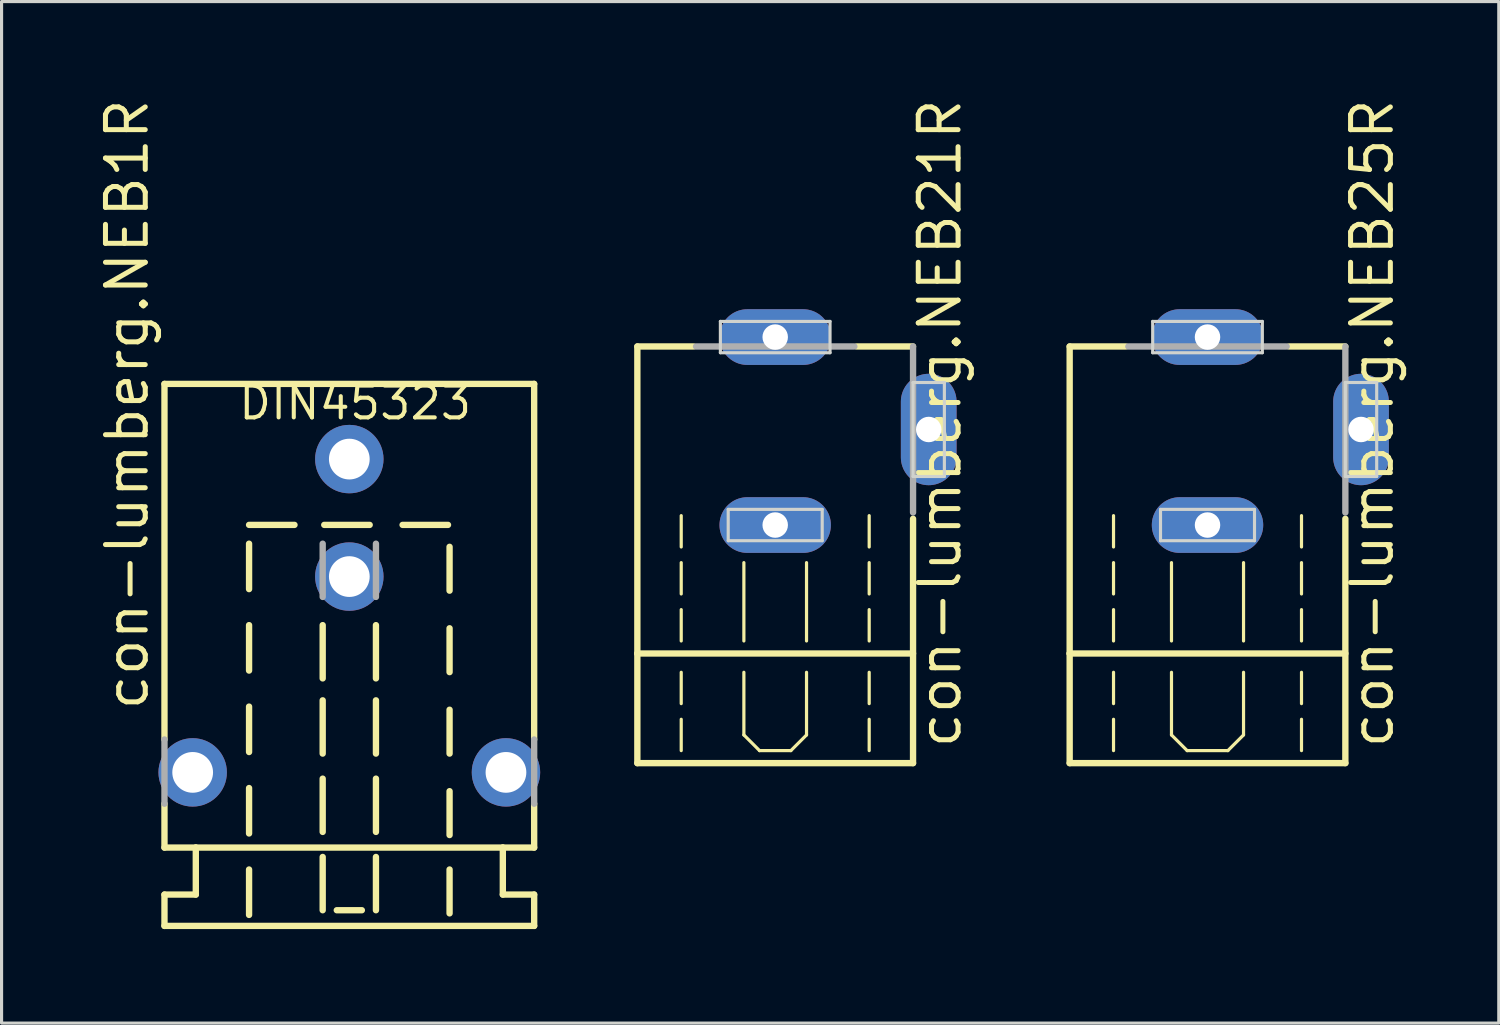
<source format=kicad_pcb>
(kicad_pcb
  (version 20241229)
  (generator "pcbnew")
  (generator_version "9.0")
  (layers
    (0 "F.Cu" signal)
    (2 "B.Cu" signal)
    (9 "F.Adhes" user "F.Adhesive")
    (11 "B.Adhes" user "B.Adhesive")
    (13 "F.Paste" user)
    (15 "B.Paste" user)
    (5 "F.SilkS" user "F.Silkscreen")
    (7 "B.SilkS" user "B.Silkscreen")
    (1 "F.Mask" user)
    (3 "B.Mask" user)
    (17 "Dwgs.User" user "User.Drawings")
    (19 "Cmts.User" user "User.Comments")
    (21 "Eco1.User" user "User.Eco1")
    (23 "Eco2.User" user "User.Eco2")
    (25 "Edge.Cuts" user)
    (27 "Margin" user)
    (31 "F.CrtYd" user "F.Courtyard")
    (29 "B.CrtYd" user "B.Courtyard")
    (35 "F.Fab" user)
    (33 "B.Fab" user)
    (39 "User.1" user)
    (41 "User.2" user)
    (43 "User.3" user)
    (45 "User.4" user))
  (footprint "con-lumberg.NEB21R"
    (layer "F.Cu")
    (at 21.694 15.059)
    (property "Reference" "con-lumberg.NEB21R" (at 6 5.85 90) (layer "F.SilkS") (effects (font (size 1.27 1.27) (thickness 0.16)) (justify left bottom)))
    (attr through_hole)
    (fp_line (start -4.4 -7.05) (end -4.4 2.75) (stroke (width 0.203) (type default)) (layer "F.SilkS"))
    (fp_line (start -4.4 2.75) (end -4.4 6.25) (stroke (width 0.203) (type default)) (layer "F.SilkS"))
    (fp_line (start -4.4 2.75) (end 4.4 2.75) (stroke (width 0.203) (type default)) (layer "F.SilkS"))
    (fp_line (start -4.4 6.25) (end 4.4 6.25) (stroke (width 0.203) (type default)) (layer "F.SilkS"))
    (fp_line (start -3 -0.65) (end -3 -1.65) (stroke (width 0.102) (type default)) (layer "F.SilkS"))
    (fp_line (start -3 0.85) (end -3 -0.15) (stroke (width 0.102) (type default)) (layer "F.SilkS"))
    (fp_line (start -3 2.35) (end -3 1.35) (stroke (width 0.102) (type default)) (layer "F.SilkS"))
    (fp_line (start -3 4.35) (end -3 3.35) (stroke (width 0.102) (type default)) (layer "F.SilkS"))
    (fp_line (start -3 5.85) (end -3 4.85) (stroke (width 0.102) (type default)) (layer "F.SilkS"))
    (fp_line (start -2.6 -7.05) (end -4.4 -7.05) (stroke (width 0.203) (type default)) (layer "F.SilkS"))
    (fp_line (start -1 2.35) (end -1 -0.15) (stroke (width 0.102) (type default)) (layer "F.SilkS"))
    (fp_line (start -1 5.35) (end -1 3.35) (stroke (width 0.102) (type default)) (layer "F.SilkS"))
    (fp_line (start -1 5.35) (end -0.5 5.85) (stroke (width 0.102) (type default)) (layer "F.SilkS"))
    (fp_line (start -0.5 5.85) (end 0.5 5.85) (stroke (width 0.102) (type default)) (layer "F.SilkS"))
    (fp_line (start 0.5 5.85) (end 1 5.35) (stroke (width 0.102) (type default)) (layer "F.SilkS"))
    (fp_line (start 1 2.35) (end 1 -0.15) (stroke (width 0.102) (type default)) (layer "F.SilkS"))
    (fp_line (start 1 5.35) (end 1 3.35) (stroke (width 0.102) (type default)) (layer "F.SilkS"))
    (fp_line (start 3 -0.65) (end 3 -1.65) (stroke (width 0.102) (type default)) (layer "F.SilkS"))
    (fp_line (start 3 0.85) (end 3 -0.15) (stroke (width 0.102) (type default)) (layer "F.SilkS"))
    (fp_line (start 3 2.35) (end 3 1.35) (stroke (width 0.102) (type default)) (layer "F.SilkS"))
    (fp_line (start 3 4.35) (end 3 3.35) (stroke (width 0.102) (type default)) (layer "F.SilkS"))
    (fp_line (start 3 5.85) (end 3 4.85) (stroke (width 0.102) (type default)) (layer "F.SilkS"))
    (fp_line (start 4.4 -7.05) (end 2.6 -7.05) (stroke (width 0.203) (type default)) (layer "F.SilkS"))
    (fp_line (start 4.4 6.25) (end 4.4 -1.55) (stroke (width 0.203) (type default)) (layer "F.SilkS"))
    (fp_line (start -1.75 -7.85) (end 1.75 -7.85) (stroke (width 0.1) (type default)) (layer "Edge.Cuts"))
    (fp_line (start -1.75 -6.85) (end -1.75 -7.85) (stroke (width 0.1) (type default)) (layer "Edge.Cuts"))
    (fp_line (start -1.5 -1.85) (end 1.5 -1.85) (stroke (width 0.1) (type default)) (layer "Edge.Cuts"))
    (fp_line (start -1.5 -0.85) (end -1.5 -1.85) (stroke (width 0.1) (type default)) (layer "Edge.Cuts"))
    (fp_line (start 1.5 -1.85) (end 1.5 -0.85) (stroke (width 0.1) (type default)) (layer "Edge.Cuts"))
    (fp_line (start 1.5 -0.85) (end -1.5 -0.85) (stroke (width 0.1) (type default)) (layer "Edge.Cuts"))
    (fp_line (start 1.75 -7.85) (end 1.75 -6.85) (stroke (width 0.1) (type default)) (layer "Edge.Cuts"))
    (fp_line (start 1.75 -6.85) (end -1.75 -6.85) (stroke (width 0.1) (type default)) (layer "Edge.Cuts"))
    (fp_line (start 4.4 -5.9) (end 4.4 -2.9) (stroke (width 0.1) (type default)) (layer "Edge.Cuts"))
    (fp_line (start 5.4 -5.9) (end 4.4 -5.9) (stroke (width 0.1) (type default)) (layer "Edge.Cuts"))
    (fp_line (start 5.4 -5.9) (end 5.4 -2.9) (stroke (width 0.1) (type default)) (layer "Edge.Cuts"))
    (fp_line (start 5.4 -2.9) (end 4.4 -2.9) (stroke (width 0.1) (type default)) (layer "Edge.Cuts"))
    (fp_line (start 2.527 -7.05) (end -2.527 -7.05) (stroke (width 0.203) (type default)) (layer "F.Fab"))
    (fp_line (start 4.4 -1.75) (end 4.4 -7.05) (stroke (width 0.203) (type default)) (layer "F.Fab"))
    (pad "1" thru_hole oval (at 0 -7.35) (size 3.556 1.778) (drill 0.813) (layers "*.Cu" "*.Mask"))
    (pad "2" thru_hole oval (at 4.9 -4.4 90) (size 3.556 1.778) (drill 0.813) (layers "*.Cu" "*.Mask"))
    (pad "3" thru_hole oval (at 0 -1.35) (size 3.556 1.778) (drill 0.813) (layers "*.Cu" "*.Mask")))
  (footprint "con-lumberg.NEB25R"
    (layer "F.Cu")
    (at 35.493 15.059)
    (property "Reference" "con-lumberg.NEB25R" (at 6 5.85 90) (layer "F.SilkS") (effects (font (size 1.27 1.27) (thickness 0.16)) (justify left bottom)))
    (attr through_hole)
    (fp_line (start -4.4 -7.05) (end -4.4 2.75) (stroke (width 0.203) (type default)) (layer "F.SilkS"))
    (fp_line (start -4.4 2.75) (end -4.4 6.25) (stroke (width 0.203) (type default)) (layer "F.SilkS"))
    (fp_line (start -4.4 2.75) (end 4.4 2.75) (stroke (width 0.203) (type default)) (layer "F.SilkS"))
    (fp_line (start -4.4 6.25) (end 4.4 6.25) (stroke (width 0.203) (type default)) (layer "F.SilkS"))
    (fp_line (start -3 -0.65) (end -3 -1.65) (stroke (width 0.102) (type default)) (layer "F.SilkS"))
    (fp_line (start -3 0.85) (end -3 -0.15) (stroke (width 0.102) (type default)) (layer "F.SilkS"))
    (fp_line (start -3 2.35) (end -3 1.35) (stroke (width 0.102) (type default)) (layer "F.SilkS"))
    (fp_line (start -3 4.35) (end -3 3.35) (stroke (width 0.102) (type default)) (layer "F.SilkS"))
    (fp_line (start -3 5.85) (end -3 4.85) (stroke (width 0.102) (type default)) (layer "F.SilkS"))
    (fp_line (start -2.6 -7.05) (end -4.4 -7.05) (stroke (width 0.203) (type default)) (layer "F.SilkS"))
    (fp_line (start -1.15 2.35) (end -1.15 -0.15) (stroke (width 0.102) (type default)) (layer "F.SilkS"))
    (fp_line (start -1.15 5.35) (end -1.15 3.35) (stroke (width 0.102) (type default)) (layer "F.SilkS"))
    (fp_line (start -1.15 5.35) (end -0.65 5.85) (stroke (width 0.102) (type default)) (layer "F.SilkS"))
    (fp_line (start -0.65 5.85) (end 0.65 5.85) (stroke (width 0.102) (type default)) (layer "F.SilkS"))
    (fp_line (start 0.65 5.85) (end 1.15 5.35) (stroke (width 0.102) (type default)) (layer "F.SilkS"))
    (fp_line (start 1.15 2.35) (end 1.15 -0.15) (stroke (width 0.102) (type default)) (layer "F.SilkS"))
    (fp_line (start 1.15 5.35) (end 1.15 3.35) (stroke (width 0.102) (type default)) (layer "F.SilkS"))
    (fp_line (start 3 -0.65) (end 3 -1.65) (stroke (width 0.102) (type default)) (layer "F.SilkS"))
    (fp_line (start 3 0.85) (end 3 -0.15) (stroke (width 0.102) (type default)) (layer "F.SilkS"))
    (fp_line (start 3 2.35) (end 3 1.35) (stroke (width 0.102) (type default)) (layer "F.SilkS"))
    (fp_line (start 3 4.35) (end 3 3.35) (stroke (width 0.102) (type default)) (layer "F.SilkS"))
    (fp_line (start 3 5.85) (end 3 4.85) (stroke (width 0.102) (type default)) (layer "F.SilkS"))
    (fp_line (start 4.4 -7.05) (end 2.6 -7.05) (stroke (width 0.203) (type default)) (layer "F.SilkS"))
    (fp_line (start 4.4 6.25) (end 4.4 -1.55) (stroke (width 0.203) (type default)) (layer "F.SilkS"))
    (fp_line (start -1.75 -7.85) (end 1.75 -7.85) (stroke (width 0.1) (type default)) (layer "Edge.Cuts"))
    (fp_line (start -1.75 -6.85) (end -1.75 -7.85) (stroke (width 0.1) (type default)) (layer "Edge.Cuts"))
    (fp_line (start -1.5 -1.85) (end 1.5 -1.85) (stroke (width 0.1) (type default)) (layer "Edge.Cuts"))
    (fp_line (start -1.5 -0.85) (end -1.5 -1.85) (stroke (width 0.1) (type default)) (layer "Edge.Cuts"))
    (fp_line (start 1.5 -1.85) (end 1.5 -0.85) (stroke (width 0.1) (type default)) (layer "Edge.Cuts"))
    (fp_line (start 1.5 -0.85) (end -1.5 -0.85) (stroke (width 0.1) (type default)) (layer "Edge.Cuts"))
    (fp_line (start 1.75 -7.85) (end 1.75 -6.85) (stroke (width 0.1) (type default)) (layer "Edge.Cuts"))
    (fp_line (start 1.75 -6.85) (end -1.75 -6.85) (stroke (width 0.1) (type default)) (layer "Edge.Cuts"))
    (fp_line (start 4.4 -5.9) (end 4.4 -2.9) (stroke (width 0.1) (type default)) (layer "Edge.Cuts"))
    (fp_line (start 5.4 -5.9) (end 4.4 -5.9) (stroke (width 0.1) (type default)) (layer "Edge.Cuts"))
    (fp_line (start 5.4 -5.9) (end 5.4 -2.9) (stroke (width 0.1) (type default)) (layer "Edge.Cuts"))
    (fp_line (start 5.4 -2.9) (end 4.4 -2.9) (stroke (width 0.1) (type default)) (layer "Edge.Cuts"))
    (fp_line (start 2.527 -7.05) (end -2.527 -7.05) (stroke (width 0.203) (type default)) (layer "F.Fab"))
    (fp_line (start 4.4 -1.75) (end 4.4 -7.05) (stroke (width 0.203) (type default)) (layer "F.Fab"))
    (pad "1" thru_hole oval (at 0 -7.35) (size 3.556 1.778) (drill 0.813) (layers "*.Cu" "*.Mask"))
    (pad "2" thru_hole oval (at 4.9 -4.4 90) (size 3.556 1.778) (drill 0.813) (layers "*.Cu" "*.Mask"))
    (pad "3" thru_hole oval (at 0 -1.35) (size 3.556 1.778) (drill 0.813) (layers "*.Cu" "*.Mask")))
  (footprint "con-lumberg.NEB1R"
    (layer "F.Cu")
    (at 8.1 21.604)
    (property "Reference" "con-lumberg.NEB1R" (at -6.35 -1.905 90) (layer "F.SilkS") (effects (font (size 1.27 1.27) (thickness 0.16)) (justify left bottom)))
    (attr through_hole)
    (fp_line (start -5.9 -12.4) (end 5.9 -12.4) (stroke (width 0.203) (type default)) (layer "F.SilkS"))
    (fp_line (start -5.9 -1.05) (end -5.9 -12.4) (stroke (width 0.203) (type default)) (layer "F.SilkS"))
    (fp_line (start -5.9 2.4) (end -5.9 1) (stroke (width 0.203) (type default)) (layer "F.SilkS"))
    (fp_line (start -5.9 3.9) (end -4.9 3.9) (stroke (width 0.203) (type default)) (layer "F.SilkS"))
    (fp_line (start -5.9 4.9) (end -5.9 3.9) (stroke (width 0.203) (type default)) (layer "F.SilkS"))
    (fp_line (start -5.9 4.9) (end 5.9 4.9) (stroke (width 0.203) (type default)) (layer "F.SilkS"))
    (fp_line (start -4.9 2.4) (end -5.9 2.4) (stroke (width 0.203) (type default)) (layer "F.SilkS"))
    (fp_line (start -4.9 2.4) (end 4.9 2.4) (stroke (width 0.203) (type default)) (layer "F.SilkS"))
    (fp_line (start -4.9 3.9) (end -4.9 2.4) (stroke (width 0.203) (type default)) (layer "F.SilkS"))
    (fp_line (start -3.2 -7.9) (end -1.75 -7.9) (stroke (width 0.203) (type default)) (layer "F.SilkS"))
    (fp_line (start -3.2 -7.3) (end -3.2 -5.85) (stroke (width 0.203) (type default)) (layer "F.SilkS"))
    (fp_line (start -3.2 -4.7) (end -3.2 -3.25) (stroke (width 0.203) (type default)) (layer "F.SilkS"))
    (fp_line (start -3.2 -2.1) (end -3.2 -0.65) (stroke (width 0.203) (type default)) (layer "F.SilkS"))
    (fp_line (start -3.2 0.5) (end -3.2 1.95) (stroke (width 0.203) (type default)) (layer "F.SilkS"))
    (fp_line (start -3.2 3.1) (end -3.2 4.55) (stroke (width 0.203) (type default)) (layer "F.SilkS"))
    (fp_line (start -0.85 -4.7) (end -0.85 -3) (stroke (width 0.203) (type default)) (layer "F.SilkS"))
    (fp_line (start -0.85 -2.3) (end -0.85 -0.6) (stroke (width 0.203) (type default)) (layer "F.SilkS"))
    (fp_line (start -0.85 0.2) (end -0.85 1.9) (stroke (width 0.203) (type default)) (layer "F.SilkS"))
    (fp_line (start -0.85 2.7) (end -0.85 4.4) (stroke (width 0.203) (type default)) (layer "F.SilkS"))
    (fp_line (start -0.8 -7.9) (end 0.65 -7.9) (stroke (width 0.203) (type default)) (layer "F.SilkS"))
    (fp_line (start -0.4 4.4) (end 0.4 4.4) (stroke (width 0.203) (type default)) (layer "F.SilkS"))
    (fp_line (start 0.85 -4.7) (end 0.85 -3) (stroke (width 0.203) (type default)) (layer "F.SilkS"))
    (fp_line (start 0.85 -2.3) (end 0.85 -0.6) (stroke (width 0.203) (type default)) (layer "F.SilkS"))
    (fp_line (start 0.85 0.2) (end 0.85 1.9) (stroke (width 0.203) (type default)) (layer "F.SilkS"))
    (fp_line (start 0.85 2.7) (end 0.85 4.4) (stroke (width 0.203) (type default)) (layer "F.SilkS"))
    (fp_line (start 1.7 -7.9) (end 3.15 -7.9) (stroke (width 0.203) (type default)) (layer "F.SilkS"))
    (fp_line (start 3.2 -7.2) (end 3.2 -5.8) (stroke (width 0.203) (type default)) (layer "F.SilkS"))
    (fp_line (start 3.2 -4.6) (end 3.2 -3.2) (stroke (width 0.203) (type default)) (layer "F.SilkS"))
    (fp_line (start 3.2 -2) (end 3.2 -0.6) (stroke (width 0.203) (type default)) (layer "F.SilkS"))
    (fp_line (start 3.2 0.6) (end 3.2 2) (stroke (width 0.203) (type default)) (layer "F.SilkS"))
    (fp_line (start 3.2 3.1) (end 3.2 4.5) (stroke (width 0.203) (type default)) (layer "F.SilkS"))
    (fp_line (start 4.9 2.4) (end 4.9 3.9) (stroke (width 0.203) (type default)) (layer "F.SilkS"))
    (fp_line (start 4.9 3.9) (end 5.9 3.9) (stroke (width 0.203) (type default)) (layer "F.SilkS"))
    (fp_line (start 5.9 -1.05) (end 5.9 -12.4) (stroke (width 0.203) (type default)) (layer "F.SilkS"))
    (fp_line (start 5.9 2.4) (end 4.9 2.4) (stroke (width 0.203) (type default)) (layer "F.SilkS"))
    (fp_line (start 5.9 2.4) (end 5.9 1) (stroke (width 0.203) (type default)) (layer "F.SilkS"))
    (fp_line (start 5.9 4.9) (end 5.9 3.9) (stroke (width 0.203) (type default)) (layer "F.SilkS"))
    (fp_line (start -5.9 -1.05) (end -5.9 1) (stroke (width 0.203) (type default)) (layer "F.Fab"))
    (fp_line (start -0.85 -7.3) (end -0.85 -5.6) (stroke (width 0.203) (type default)) (layer "F.Fab"))
    (fp_line (start 0.85 -7.3) (end 0.85 -5.6) (stroke (width 0.203) (type default)) (layer "F.Fab"))
    (fp_line (start 5.9 -1.05) (end 5.9 1) (stroke (width 0.203) (type default)) (layer "F.Fab"))
    (fp_text user "DIN45323" (at -3.6 -11.2 0) (layer "F.SilkS") (effects (font (size 1.016 1.016) (thickness 0.13)) (justify left bottom)))
    (pad "1@1" thru_hole circle (at 5 0) (size 2.184 2.184) (drill 1.3) (layers "*.Cu" "*.Mask"))
    (pad "1@2" thru_hole circle (at -5 0) (size 2.184 2.184) (drill 1.3) (layers "*.Cu" "*.Mask"))
    (pad "2" thru_hole circle (at 0 -6.25) (size 2.184 2.184) (drill 1.3) (layers "*.Cu" "*.Mask"))
    (pad "3" thru_hole circle (at 0 -10) (size 2.184 2.184) (drill 1.3) (layers "*.Cu" "*.Mask")))
  (gr_rect
    (start -3 -3)
    (end 44.79 29.606)
    (stroke (width 0.1) (type default))
    (fill no)
    (layer "Edge.Cuts")))
</source>
